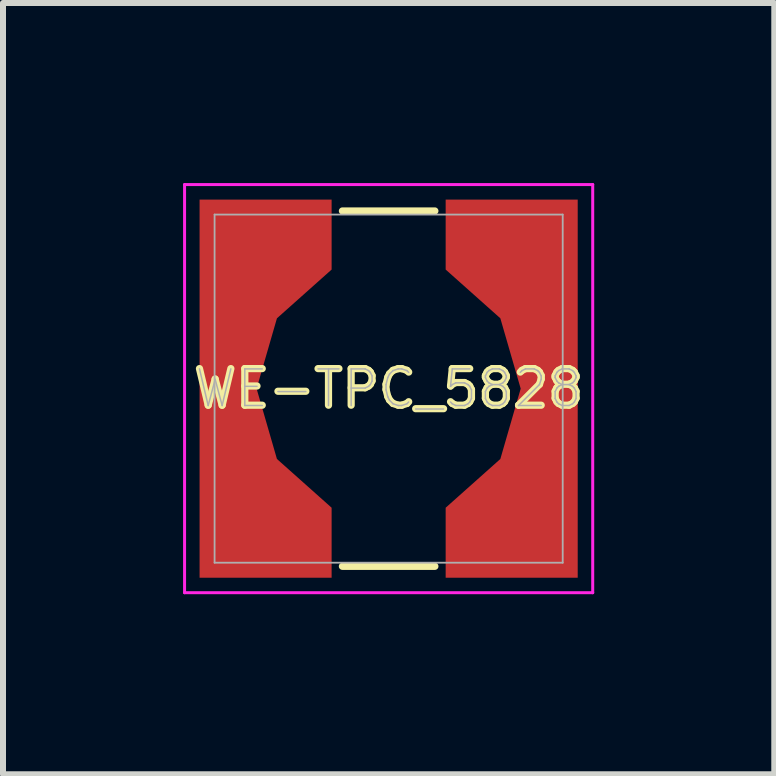
<source format=kicad_pcb>
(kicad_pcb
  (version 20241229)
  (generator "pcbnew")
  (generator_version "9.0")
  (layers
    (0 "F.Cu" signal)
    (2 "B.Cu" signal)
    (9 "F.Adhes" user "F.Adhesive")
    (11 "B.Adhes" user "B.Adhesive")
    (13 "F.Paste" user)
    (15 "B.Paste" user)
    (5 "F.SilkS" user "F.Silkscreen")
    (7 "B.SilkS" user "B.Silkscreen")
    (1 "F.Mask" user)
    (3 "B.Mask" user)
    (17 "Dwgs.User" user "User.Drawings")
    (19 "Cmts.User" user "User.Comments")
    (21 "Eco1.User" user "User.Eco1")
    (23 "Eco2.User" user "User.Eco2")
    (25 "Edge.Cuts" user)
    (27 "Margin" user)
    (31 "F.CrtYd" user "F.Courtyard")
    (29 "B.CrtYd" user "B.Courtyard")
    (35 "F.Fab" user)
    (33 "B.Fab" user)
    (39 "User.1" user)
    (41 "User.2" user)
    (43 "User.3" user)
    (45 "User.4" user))
  (footprint "WE-TPC_5828"
    (layer "F.Cu")
    (at 3.425 3.425)
    (property "Reference" "WE-TPC_5828" (at 0 0 0) (layer "F.SilkS") (effects (font (size 0.61 0.61) (thickness 0.12))))
    (attr smd)
    (fp_line (start -0.77 2.96) (end 0.77 2.96) (stroke (width 0.12) (type solid)) (layer "F.SilkS"))
    (fp_line (start 0.77 -2.96) (end -0.77 -2.96) (stroke (width 0.12) (type solid)) (layer "F.SilkS"))
    (fp_line (start -3.4 -3.4) (end 3.4 -3.4) (stroke (width 0.05) (type solid)) (layer "F.CrtYd"))
    (fp_line (start -3.4 3.4) (end -3.4 -3.4) (stroke (width 0.05) (type solid)) (layer "F.CrtYd"))
    (fp_line (start 3.4 -3.4) (end 3.4 3.4) (stroke (width 0.05) (type solid)) (layer "F.CrtYd"))
    (fp_line (start 3.4 3.4) (end -3.4 3.4) (stroke (width 0.05) (type solid)) (layer "F.CrtYd"))
    (fp_line (start -2.9 -2.9) (end 2.9 -2.9) (stroke (width 0.03) (type solid)) (layer "F.Fab"))
    (fp_line (start -2.9 2.9) (end -2.9 -2.9) (stroke (width 0.03) (type solid)) (layer "F.Fab"))
    (fp_line (start 2.9 -2.9) (end 2.9 2.9) (stroke (width 0.03) (type solid)) (layer "F.Fab"))
    (fp_line (start 2.9 2.9) (end -2.9 2.9) (stroke (width 0.03) (type solid)) (layer "F.Fab"))
    (fp_text user "${REFERENCE}" (at 0 0 0) (layer "F.Fab") (effects (font (size 0.61 0.61) (thickness 0.025))))
    (pad "1" smd custom (at -2.675 0) (size 0.95 0.95) (layers "F.Cu" "F.Mask" "F.Paste") (options (anchor rect)) (primitives (gr_poly (pts (xy -0.475 -3.15) (xy 1.725 -3.15) (xy 1.725 -1.984) (xy 0.814 -1.172) (xy 0.475 0) (xy 0.814 1.172) (xy 1.725 1.984) (xy 1.725 3.15) (xy -0.475 3.15)) (width 0) (fill yes))))
    (pad "2" smd custom (at 2.675 0 180) (size 0.95 0.95) (layers "F.Cu" "F.Mask" "F.Paste") (options (anchor rect)) (primitives (gr_poly (pts (xy -0.475 -3.15) (xy 1.725 -3.15) (xy 1.725 -1.984) (xy 0.814 -1.172) (xy 0.475 0) (xy 0.814 1.172) (xy 1.725 1.984) (xy 1.725 3.15) (xy -0.475 3.15)) (width 0) (fill yes)))))
  (gr_rect
    (start -3 -3)
    (end 9.85 9.85)
    (stroke (width 0.1) (type default))
    (fill no)
    (layer "Edge.Cuts")))
</source>
